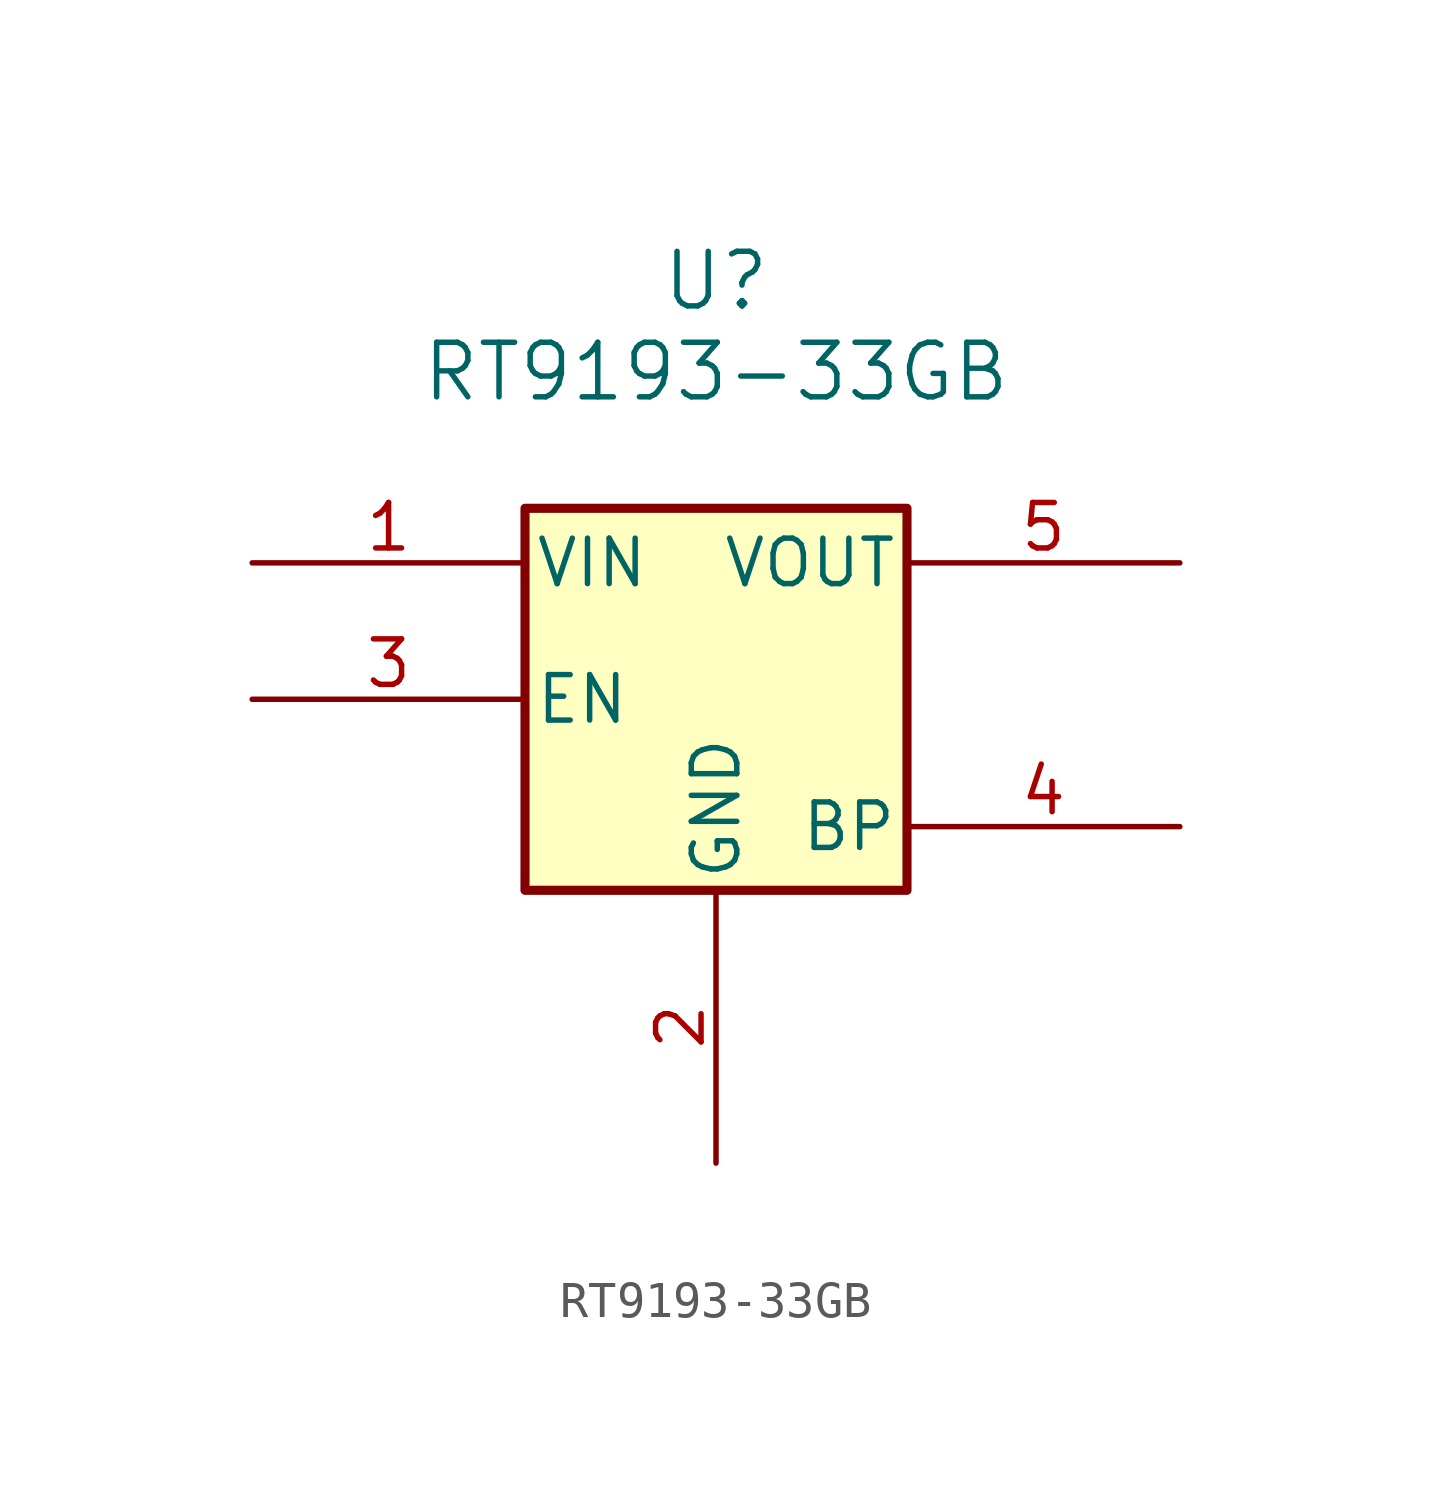
<source format=kicad_sym>
(kicad_symbol_lib
  (version 20220914)
  (generator kicad_symbol_editor)
  (symbol "RT9193-33GB"
    (pin_names
      (offset 0.254))
    (property "Reference" "U"
      (at 0 11.684 0)
      (effects (font (size 1.524 1.524))))
    (property "Value" "RT9193-33GB"
      (at 0 9.144 0)
      (effects (font (size 1.524 1.524))))
    (property "ki_locked" ""
      (at 0 0 0)
      (effects (font (size 1.27 1.27))))
    (symbol "RT9193-33GB_0_1"
      (pin unspecified line (at -12.954 0 0) (length 7.62) (name "EN" (effects (font (size 1.27 1.27)))) (number "3" (effects (font (size 1.27 1.27)))))
      (pin unspecified line (at 12.954 -3.556 180) (length 7.62) (name "BP" (effects (font (size 1.27 1.27)))) (number "4" (effects (font (size 1.27 1.27))))))
    (symbol "RT9193-33GB_1_1"
      (rectangle (start -5.334 5.334) (end 5.334 -5.334) (stroke (width 0.254) (type default)) (fill (type background)))
      (pin passive line (at -12.954 3.81 0) (length 7.62) (name "VIN" (effects (font (size 1.27 1.27)))) (number "1" (effects (font (size 1.27 1.27)))))
      (pin passive line (at 0 -12.954 90) (length 7.62) (name "GND" (effects (font (size 1.27 1.27)))) (number "2" (effects (font (size 1.27 1.27)))))
      (pin passive line (at 12.954 3.81 180) (length 7.62) (name "VOUT" (effects (font (size 1.27 1.27)))) (number "5" (effects (font (size 1.27 1.27))))))))
</source>
